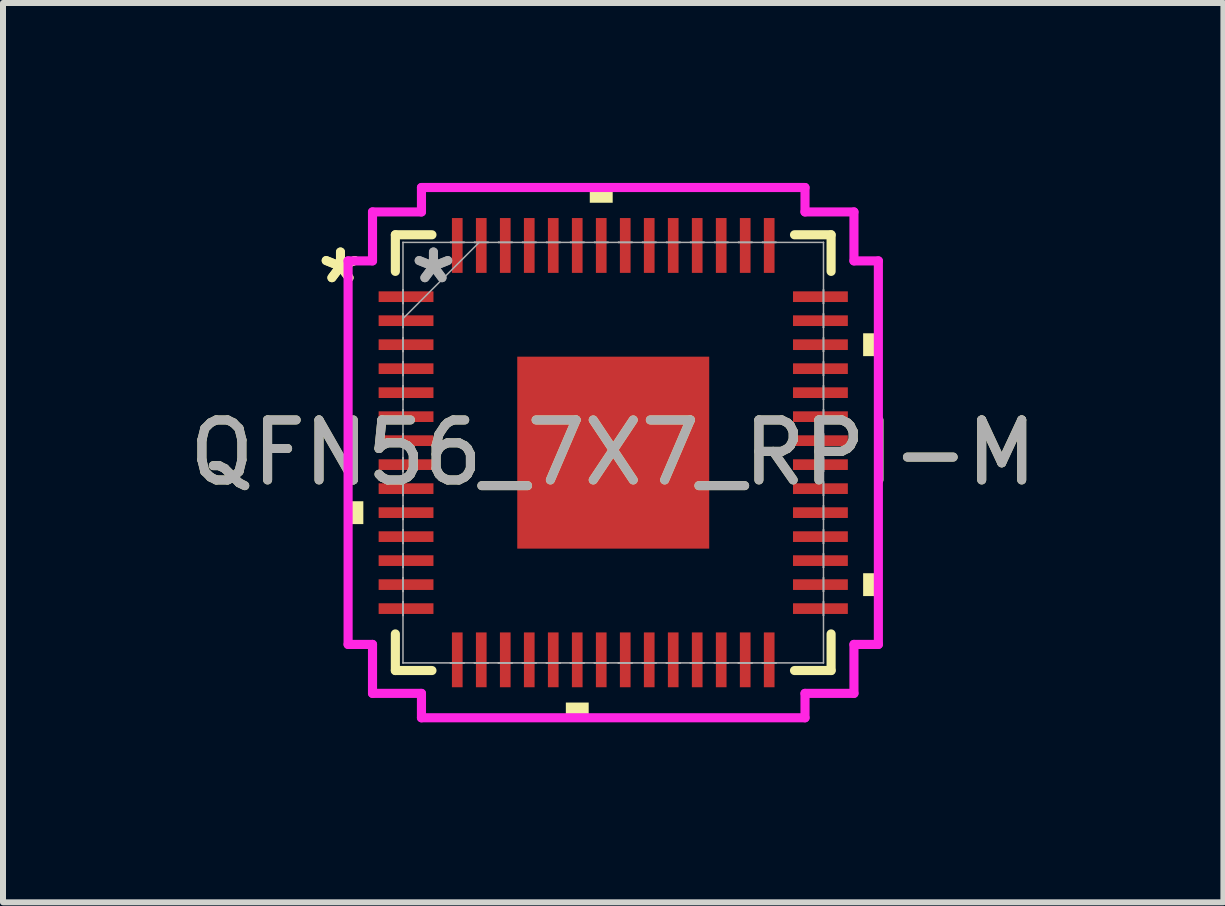
<source format=kicad_pcb>
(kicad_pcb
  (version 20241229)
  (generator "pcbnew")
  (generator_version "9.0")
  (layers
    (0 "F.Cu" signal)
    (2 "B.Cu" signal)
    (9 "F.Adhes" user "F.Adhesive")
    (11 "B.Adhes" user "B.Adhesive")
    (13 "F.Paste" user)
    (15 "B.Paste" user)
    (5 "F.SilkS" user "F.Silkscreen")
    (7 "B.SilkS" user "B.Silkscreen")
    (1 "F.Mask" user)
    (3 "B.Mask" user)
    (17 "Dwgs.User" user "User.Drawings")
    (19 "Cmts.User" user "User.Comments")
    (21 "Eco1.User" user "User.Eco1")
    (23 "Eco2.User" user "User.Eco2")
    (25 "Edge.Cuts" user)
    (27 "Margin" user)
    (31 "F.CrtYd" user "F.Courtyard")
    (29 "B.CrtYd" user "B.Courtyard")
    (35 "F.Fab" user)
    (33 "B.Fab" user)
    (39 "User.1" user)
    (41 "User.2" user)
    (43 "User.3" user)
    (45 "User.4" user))
  (footprint "QFN56_7X7_RPI-M"
    (layer "F.Cu")
    (at 7.173 4.496)
    (property "Reference" "QFN56_7X7_RPI-M" (at 0 0 0) (unlocked yes) (layer "F.SilkS") (effects (font (size 1 1) (thickness 0.15))))
    (attr smd)
    (fp_line (start -3.632 -3.632) (end -3.632 -3.022) (stroke (width 0.152) (type solid)) (layer "F.SilkS"))
    (fp_line (start -3.632 3.022) (end -3.632 3.632) (stroke (width 0.152) (type solid)) (layer "F.SilkS"))
    (fp_line (start -3.632 3.632) (end -3.022 3.632) (stroke (width 0.152) (type solid)) (layer "F.SilkS"))
    (fp_line (start -3.022 -3.632) (end -3.632 -3.632) (stroke (width 0.152) (type solid)) (layer "F.SilkS"))
    (fp_line (start 3.022 3.632) (end 3.632 3.632) (stroke (width 0.152) (type solid)) (layer "F.SilkS"))
    (fp_line (start 3.632 -3.632) (end 3.022 -3.632) (stroke (width 0.152) (type solid)) (layer "F.SilkS"))
    (fp_line (start 3.632 -3.022) (end 3.632 -3.632) (stroke (width 0.152) (type solid)) (layer "F.SilkS"))
    (fp_line (start 3.632 3.632) (end 3.632 3.022) (stroke (width 0.152) (type solid)) (layer "F.SilkS"))
    (fp_poly (pts (xy -4.42 0.81) (xy -4.42 1.191) (xy -4.166 1.191) (xy -4.166 0.81)) (stroke (width 0) (type solid)) (fill yes) (layer "F.SilkS"))
    (fp_poly (pts (xy -0.79 4.166) (xy -0.79 4.42) (xy -0.409 4.42) (xy -0.409 4.166)) (stroke (width 0) (type solid)) (fill yes) (layer "F.SilkS"))
    (fp_poly (pts (xy -0.391 -4.166) (xy -0.391 -4.42) (xy -0.009 -4.42) (xy -0.009 -4.166)) (stroke (width 0) (type solid)) (fill yes) (layer "F.SilkS"))
    (fp_poly (pts (xy 4.42 -1.99) (xy 4.42 -1.609) (xy 4.166 -1.609) (xy 4.166 -1.99)) (stroke (width 0) (type solid)) (fill yes) (layer "F.SilkS"))
    (fp_poly (pts (xy 4.42 2.01) (xy 4.42 2.391) (xy 4.166 2.391) (xy 4.166 2.01)) (stroke (width 0) (type solid)) (fill yes) (layer "F.SilkS"))
    (fp_poly (pts (xy -1.5 -1.5) (xy -1.5 -0.1) (xy -0.1 -0.1) (xy -0.1 -1.5)) (stroke (width 0) (type solid)) (fill yes) (layer "F.Paste"))
    (fp_poly (pts (xy -1.5 0.1) (xy -1.5 1.5) (xy -0.1 1.5) (xy -0.1 0.1)) (stroke (width 0) (type solid)) (fill yes) (layer "F.Paste"))
    (fp_poly (pts (xy 0.1 -1.5) (xy 0.1 -0.1) (xy 1.5 -0.1) (xy 1.5 -1.5)) (stroke (width 0) (type solid)) (fill yes) (layer "F.Paste"))
    (fp_poly (pts (xy 0.1 0.1) (xy 0.1 1.5) (xy 1.5 1.5) (xy 1.5 0.1)) (stroke (width 0) (type solid)) (fill yes) (layer "F.Paste"))
    (fp_line (start -4.42 -3.197) (end -4.013 -3.197) (stroke (width 0.152) (type solid)) (layer "F.CrtYd"))
    (fp_line (start -4.42 3.197) (end -4.42 -3.197) (stroke (width 0.152) (type solid)) (layer "F.CrtYd"))
    (fp_line (start -4.013 -4.013) (end -3.197 -4.013) (stroke (width 0.152) (type solid)) (layer "F.CrtYd"))
    (fp_line (start -4.013 -3.197) (end -4.013 -4.013) (stroke (width 0.152) (type solid)) (layer "F.CrtYd"))
    (fp_line (start -4.013 3.197) (end -4.42 3.197) (stroke (width 0.152) (type solid)) (layer "F.CrtYd"))
    (fp_line (start -4.013 4.013) (end -4.013 3.197) (stroke (width 0.152) (type solid)) (layer "F.CrtYd"))
    (fp_line (start -3.197 -4.42) (end 3.197 -4.42) (stroke (width 0.152) (type solid)) (layer "F.CrtYd"))
    (fp_line (start -3.197 -4.013) (end -3.197 -4.42) (stroke (width 0.152) (type solid)) (layer "F.CrtYd"))
    (fp_line (start -3.197 4.013) (end -4.013 4.013) (stroke (width 0.152) (type solid)) (layer "F.CrtYd"))
    (fp_line (start -3.197 4.42) (end -3.197 4.013) (stroke (width 0.152) (type solid)) (layer "F.CrtYd"))
    (fp_line (start 3.197 -4.42) (end 3.197 -4.013) (stroke (width 0.152) (type solid)) (layer "F.CrtYd"))
    (fp_line (start 3.197 -4.013) (end 4.013 -4.013) (stroke (width 0.152) (type solid)) (layer "F.CrtYd"))
    (fp_line (start 3.197 4.013) (end 3.197 4.42) (stroke (width 0.152) (type solid)) (layer "F.CrtYd"))
    (fp_line (start 3.197 4.42) (end -3.197 4.42) (stroke (width 0.152) (type solid)) (layer "F.CrtYd"))
    (fp_line (start 4.013 -4.013) (end 4.013 -3.197) (stroke (width 0.152) (type solid)) (layer "F.CrtYd"))
    (fp_line (start 4.013 -3.197) (end 4.42 -3.197) (stroke (width 0.152) (type solid)) (layer "F.CrtYd"))
    (fp_line (start 4.013 3.197) (end 4.013 4.013) (stroke (width 0.152) (type solid)) (layer "F.CrtYd"))
    (fp_line (start 4.013 4.013) (end 3.197 4.013) (stroke (width 0.152) (type solid)) (layer "F.CrtYd"))
    (fp_line (start 4.42 -3.197) (end 4.42 3.197) (stroke (width 0.152) (type solid)) (layer "F.CrtYd"))
    (fp_line (start 4.42 3.197) (end 4.013 3.197) (stroke (width 0.152) (type solid)) (layer "F.CrtYd"))
    (fp_line (start -3.505 -3.505) (end -3.505 -3.505) (stroke (width 0.025) (type solid)) (layer "F.Fab"))
    (fp_line (start -3.505 -3.505) (end -3.505 3.505) (stroke (width 0.025) (type solid)) (layer "F.Fab"))
    (fp_line (start -3.505 -2.714) (end -3.505 -2.714) (stroke (width 0.025) (type solid)) (layer "F.Fab"))
    (fp_line (start -3.505 -2.714) (end -3.505 -2.486) (stroke (width 0.025) (type solid)) (layer "F.Fab"))
    (fp_line (start -3.505 -2.486) (end -3.505 -2.714) (stroke (width 0.025) (type solid)) (layer "F.Fab"))
    (fp_line (start -3.505 -2.486) (end -3.505 -2.486) (stroke (width 0.025) (type solid)) (layer "F.Fab"))
    (fp_line (start -3.505 -2.314) (end -3.505 -2.314) (stroke (width 0.025) (type solid)) (layer "F.Fab"))
    (fp_line (start -3.505 -2.314) (end -3.505 -2.086) (stroke (width 0.025) (type solid)) (layer "F.Fab"))
    (fp_line (start -3.505 -2.235) (end -2.235 -3.505) (stroke (width 0.025) (type solid)) (layer "F.Fab"))
    (fp_line (start -3.505 -2.086) (end -3.505 -2.314) (stroke (width 0.025) (type solid)) (layer "F.Fab"))
    (fp_line (start -3.505 -2.086) (end -3.505 -2.086) (stroke (width 0.025) (type solid)) (layer "F.Fab"))
    (fp_line (start -3.505 -1.914) (end -3.505 -1.914) (stroke (width 0.025) (type solid)) (layer "F.Fab"))
    (fp_line (start -3.505 -1.914) (end -3.505 -1.686) (stroke (width 0.025) (type solid)) (layer "F.Fab"))
    (fp_line (start -3.505 -1.686) (end -3.505 -1.914) (stroke (width 0.025) (type solid)) (layer "F.Fab"))
    (fp_line (start -3.505 -1.686) (end -3.505 -1.686) (stroke (width 0.025) (type solid)) (layer "F.Fab"))
    (fp_line (start -3.505 -1.514) (end -3.505 -1.514) (stroke (width 0.025) (type solid)) (layer "F.Fab"))
    (fp_line (start -3.505 -1.514) (end -3.505 -1.286) (stroke (width 0.025) (type solid)) (layer "F.Fab"))
    (fp_line (start -3.505 -1.286) (end -3.505 -1.514) (stroke (width 0.025) (type solid)) (layer "F.Fab"))
    (fp_line (start -3.505 -1.286) (end -3.505 -1.286) (stroke (width 0.025) (type solid)) (layer "F.Fab"))
    (fp_line (start -3.505 -1.114) (end -3.505 -1.114) (stroke (width 0.025) (type solid)) (layer "F.Fab"))
    (fp_line (start -3.505 -1.114) (end -3.505 -0.886) (stroke (width 0.025) (type solid)) (layer "F.Fab"))
    (fp_line (start -3.505 -0.886) (end -3.505 -1.114) (stroke (width 0.025) (type solid)) (layer "F.Fab"))
    (fp_line (start -3.505 -0.886) (end -3.505 -0.886) (stroke (width 0.025) (type solid)) (layer "F.Fab"))
    (fp_line (start -3.505 -0.714) (end -3.505 -0.714) (stroke (width 0.025) (type solid)) (layer "F.Fab"))
    (fp_line (start -3.505 -0.714) (end -3.505 -0.486) (stroke (width 0.025) (type solid)) (layer "F.Fab"))
    (fp_line (start -3.505 -0.486) (end -3.505 -0.714) (stroke (width 0.025) (type solid)) (layer "F.Fab"))
    (fp_line (start -3.505 -0.486) (end -3.505 -0.486) (stroke (width 0.025) (type solid)) (layer "F.Fab"))
    (fp_line (start -3.505 -0.314) (end -3.505 -0.314) (stroke (width 0.025) (type solid)) (layer "F.Fab"))
    (fp_line (start -3.505 -0.314) (end -3.505 -0.086) (stroke (width 0.025) (type solid)) (layer "F.Fab"))
    (fp_line (start -3.505 -0.086) (end -3.505 -0.314) (stroke (width 0.025) (type solid)) (layer "F.Fab"))
    (fp_line (start -3.505 -0.086) (end -3.505 -0.086) (stroke (width 0.025) (type solid)) (layer "F.Fab"))
    (fp_line (start -3.505 0.086) (end -3.505 0.086) (stroke (width 0.025) (type solid)) (layer "F.Fab"))
    (fp_line (start -3.505 0.086) (end -3.505 0.314) (stroke (width 0.025) (type solid)) (layer "F.Fab"))
    (fp_line (start -3.505 0.314) (end -3.505 0.086) (stroke (width 0.025) (type solid)) (layer "F.Fab"))
    (fp_line (start -3.505 0.314) (end -3.505 0.314) (stroke (width 0.025) (type solid)) (layer "F.Fab"))
    (fp_line (start -3.505 0.486) (end -3.505 0.486) (stroke (width 0.025) (type solid)) (layer "F.Fab"))
    (fp_line (start -3.505 0.486) (end -3.505 0.714) (stroke (width 0.025) (type solid)) (layer "F.Fab"))
    (fp_line (start -3.505 0.714) (end -3.505 0.486) (stroke (width 0.025) (type solid)) (layer "F.Fab"))
    (fp_line (start -3.505 0.714) (end -3.505 0.714) (stroke (width 0.025) (type solid)) (layer "F.Fab"))
    (fp_line (start -3.505 0.886) (end -3.505 0.886) (stroke (width 0.025) (type solid)) (layer "F.Fab"))
    (fp_line (start -3.505 0.886) (end -3.505 1.114) (stroke (width 0.025) (type solid)) (layer "F.Fab"))
    (fp_line (start -3.505 1.114) (end -3.505 0.886) (stroke (width 0.025) (type solid)) (layer "F.Fab"))
    (fp_line (start -3.505 1.114) (end -3.505 1.114) (stroke (width 0.025) (type solid)) (layer "F.Fab"))
    (fp_line (start -3.505 1.286) (end -3.505 1.286) (stroke (width 0.025) (type solid)) (layer "F.Fab"))
    (fp_line (start -3.505 1.286) (end -3.505 1.514) (stroke (width 0.025) (type solid)) (layer "F.Fab"))
    (fp_line (start -3.505 1.514) (end -3.505 1.286) (stroke (width 0.025) (type solid)) (layer "F.Fab"))
    (fp_line (start -3.505 1.514) (end -3.505 1.514) (stroke (width 0.025) (type solid)) (layer "F.Fab"))
    (fp_line (start -3.505 1.686) (end -3.505 1.686) (stroke (width 0.025) (type solid)) (layer "F.Fab"))
    (fp_line (start -3.505 1.686) (end -3.505 1.914) (stroke (width 0.025) (type solid)) (layer "F.Fab"))
    (fp_line (start -3.505 1.914) (end -3.505 1.686) (stroke (width 0.025) (type solid)) (layer "F.Fab"))
    (fp_line (start -3.505 1.914) (end -3.505 1.914) (stroke (width 0.025) (type solid)) (layer "F.Fab"))
    (fp_line (start -3.505 2.086) (end -3.505 2.086) (stroke (width 0.025) (type solid)) (layer "F.Fab"))
    (fp_line (start -3.505 2.086) (end -3.505 2.314) (stroke (width 0.025) (type solid)) (layer "F.Fab"))
    (fp_line (start -3.505 2.314) (end -3.505 2.086) (stroke (width 0.025) (type solid)) (layer "F.Fab"))
    (fp_line (start -3.505 2.314) (end -3.505 2.314) (stroke (width 0.025) (type solid)) (layer "F.Fab"))
    (fp_line (start -3.505 2.486) (end -3.505 2.486) (stroke (width 0.025) (type solid)) (layer "F.Fab"))
    (fp_line (start -3.505 2.486) (end -3.505 2.714) (stroke (width 0.025) (type solid)) (layer "F.Fab"))
    (fp_line (start -3.505 2.714) (end -3.505 2.486) (stroke (width 0.025) (type solid)) (layer "F.Fab"))
    (fp_line (start -3.505 2.714) (end -3.505 2.714) (stroke (width 0.025) (type solid)) (layer "F.Fab"))
    (fp_line (start -3.505 3.505) (end -3.505 3.505) (stroke (width 0.025) (type solid)) (layer "F.Fab"))
    (fp_line (start -3.505 3.505) (end 3.505 3.505) (stroke (width 0.025) (type solid)) (layer "F.Fab"))
    (fp_line (start -2.714 -3.505) (end -2.714 -3.505) (stroke (width 0.025) (type solid)) (layer "F.Fab"))
    (fp_line (start -2.714 -3.505) (end -2.486 -3.505) (stroke (width 0.025) (type solid)) (layer "F.Fab"))
    (fp_line (start -2.714 3.505) (end -2.714 3.505) (stroke (width 0.025) (type solid)) (layer "F.Fab"))
    (fp_line (start -2.714 3.505) (end -2.486 3.505) (stroke (width 0.025) (type solid)) (layer "F.Fab"))
    (fp_line (start -2.486 -3.505) (end -2.714 -3.505) (stroke (width 0.025) (type solid)) (layer "F.Fab"))
    (fp_line (start -2.486 -3.505) (end -2.486 -3.505) (stroke (width 0.025) (type solid)) (layer "F.Fab"))
    (fp_line (start -2.486 3.505) (end -2.714 3.505) (stroke (width 0.025) (type solid)) (layer "F.Fab"))
    (fp_line (start -2.486 3.505) (end -2.486 3.505) (stroke (width 0.025) (type solid)) (layer "F.Fab"))
    (fp_line (start -2.314 -3.505) (end -2.314 -3.505) (stroke (width 0.025) (type solid)) (layer "F.Fab"))
    (fp_line (start -2.314 -3.505) (end -2.086 -3.505) (stroke (width 0.025) (type solid)) (layer "F.Fab"))
    (fp_line (start -2.314 3.505) (end -2.314 3.505) (stroke (width 0.025) (type solid)) (layer "F.Fab"))
    (fp_line (start -2.314 3.505) (end -2.086 3.505) (stroke (width 0.025) (type solid)) (layer "F.Fab"))
    (fp_line (start -2.086 -3.505) (end -2.314 -3.505) (stroke (width 0.025) (type solid)) (layer "F.Fab"))
    (fp_line (start -2.086 -3.505) (end -2.086 -3.505) (stroke (width 0.025) (type solid)) (layer "F.Fab"))
    (fp_line (start -2.086 3.505) (end -2.314 3.505) (stroke (width 0.025) (type solid)) (layer "F.Fab"))
    (fp_line (start -2.086 3.505) (end -2.086 3.505) (stroke (width 0.025) (type solid)) (layer "F.Fab"))
    (fp_line (start -1.914 -3.505) (end -1.914 -3.505) (stroke (width 0.025) (type solid)) (layer "F.Fab"))
    (fp_line (start -1.914 -3.505) (end -1.686 -3.505) (stroke (width 0.025) (type solid)) (layer "F.Fab"))
    (fp_line (start -1.914 3.505) (end -1.914 3.505) (stroke (width 0.025) (type solid)) (layer "F.Fab"))
    (fp_line (start -1.914 3.505) (end -1.686 3.505) (stroke (width 0.025) (type solid)) (layer "F.Fab"))
    (fp_line (start -1.686 -3.505) (end -1.914 -3.505) (stroke (width 0.025) (type solid)) (layer "F.Fab"))
    (fp_line (start -1.686 -3.505) (end -1.686 -3.505) (stroke (width 0.025) (type solid)) (layer "F.Fab"))
    (fp_line (start -1.686 3.505) (end -1.914 3.505) (stroke (width 0.025) (type solid)) (layer "F.Fab"))
    (fp_line (start -1.686 3.505) (end -1.686 3.505) (stroke (width 0.025) (type solid)) (layer "F.Fab"))
    (fp_line (start -1.514 -3.505) (end -1.514 -3.505) (stroke (width 0.025) (type solid)) (layer "F.Fab"))
    (fp_line (start -1.514 -3.505) (end -1.286 -3.505) (stroke (width 0.025) (type solid)) (layer "F.Fab"))
    (fp_line (start -1.514 3.505) (end -1.514 3.505) (stroke (width 0.025) (type solid)) (layer "F.Fab"))
    (fp_line (start -1.514 3.505) (end -1.286 3.505) (stroke (width 0.025) (type solid)) (layer "F.Fab"))
    (fp_line (start -1.286 -3.505) (end -1.514 -3.505) (stroke (width 0.025) (type solid)) (layer "F.Fab"))
    (fp_line (start -1.286 -3.505) (end -1.286 -3.505) (stroke (width 0.025) (type solid)) (layer "F.Fab"))
    (fp_line (start -1.286 3.505) (end -1.514 3.505) (stroke (width 0.025) (type solid)) (layer "F.Fab"))
    (fp_line (start -1.286 3.505) (end -1.286 3.505) (stroke (width 0.025) (type solid)) (layer "F.Fab"))
    (fp_line (start -1.114 -3.505) (end -1.114 -3.505) (stroke (width 0.025) (type solid)) (layer "F.Fab"))
    (fp_line (start -1.114 -3.505) (end -0.886 -3.505) (stroke (width 0.025) (type solid)) (layer "F.Fab"))
    (fp_line (start -1.114 3.505) (end -1.114 3.505) (stroke (width 0.025) (type solid)) (layer "F.Fab"))
    (fp_line (start -1.114 3.505) (end -0.886 3.505) (stroke (width 0.025) (type solid)) (layer "F.Fab"))
    (fp_line (start -0.886 -3.505) (end -1.114 -3.505) (stroke (width 0.025) (type solid)) (layer "F.Fab"))
    (fp_line (start -0.886 -3.505) (end -0.886 -3.505) (stroke (width 0.025) (type solid)) (layer "F.Fab"))
    (fp_line (start -0.886 3.505) (end -1.114 3.505) (stroke (width 0.025) (type solid)) (layer "F.Fab"))
    (fp_line (start -0.886 3.505) (end -0.886 3.505) (stroke (width 0.025) (type solid)) (layer "F.Fab"))
    (fp_line (start -0.714 -3.505) (end -0.714 -3.505) (stroke (width 0.025) (type solid)) (layer "F.Fab"))
    (fp_line (start -0.714 -3.505) (end -0.486 -3.505) (stroke (width 0.025) (type solid)) (layer "F.Fab"))
    (fp_line (start -0.714 3.505) (end -0.714 3.505) (stroke (width 0.025) (type solid)) (layer "F.Fab"))
    (fp_line (start -0.714 3.505) (end -0.486 3.505) (stroke (width 0.025) (type solid)) (layer "F.Fab"))
    (fp_line (start -0.486 -3.505) (end -0.714 -3.505) (stroke (width 0.025) (type solid)) (layer "F.Fab"))
    (fp_line (start -0.486 -3.505) (end -0.486 -3.505) (stroke (width 0.025) (type solid)) (layer "F.Fab"))
    (fp_line (start -0.486 3.505) (end -0.714 3.505) (stroke (width 0.025) (type solid)) (layer "F.Fab"))
    (fp_line (start -0.486 3.505) (end -0.486 3.505) (stroke (width 0.025) (type solid)) (layer "F.Fab"))
    (fp_line (start -0.314 -3.505) (end -0.314 -3.505) (stroke (width 0.025) (type solid)) (layer "F.Fab"))
    (fp_line (start -0.314 -3.505) (end -0.086 -3.505) (stroke (width 0.025) (type solid)) (layer "F.Fab"))
    (fp_line (start -0.314 3.505) (end -0.314 3.505) (stroke (width 0.025) (type solid)) (layer "F.Fab"))
    (fp_line (start -0.314 3.505) (end -0.086 3.505) (stroke (width 0.025) (type solid)) (layer "F.Fab"))
    (fp_line (start -0.086 -3.505) (end -0.314 -3.505) (stroke (width 0.025) (type solid)) (layer "F.Fab"))
    (fp_line (start -0.086 -3.505) (end -0.086 -3.505) (stroke (width 0.025) (type solid)) (layer "F.Fab"))
    (fp_line (start -0.086 3.505) (end -0.314 3.505) (stroke (width 0.025) (type solid)) (layer "F.Fab"))
    (fp_line (start -0.086 3.505) (end -0.086 3.505) (stroke (width 0.025) (type solid)) (layer "F.Fab"))
    (fp_line (start 0.086 -3.505) (end 0.086 -3.505) (stroke (width 0.025) (type solid)) (layer "F.Fab"))
    (fp_line (start 0.086 -3.505) (end 0.314 -3.505) (stroke (width 0.025) (type solid)) (layer "F.Fab"))
    (fp_line (start 0.086 3.505) (end 0.086 3.505) (stroke (width 0.025) (type solid)) (layer "F.Fab"))
    (fp_line (start 0.086 3.505) (end 0.314 3.505) (stroke (width 0.025) (type solid)) (layer "F.Fab"))
    (fp_line (start 0.314 -3.505) (end 0.086 -3.505) (stroke (width 0.025) (type solid)) (layer "F.Fab"))
    (fp_line (start 0.314 -3.505) (end 0.314 -3.505) (stroke (width 0.025) (type solid)) (layer "F.Fab"))
    (fp_line (start 0.314 3.505) (end 0.086 3.505) (stroke (width 0.025) (type solid)) (layer "F.Fab"))
    (fp_line (start 0.314 3.505) (end 0.314 3.505) (stroke (width 0.025) (type solid)) (layer "F.Fab"))
    (fp_line (start 0.486 -3.505) (end 0.486 -3.505) (stroke (width 0.025) (type solid)) (layer "F.Fab"))
    (fp_line (start 0.486 -3.505) (end 0.714 -3.505) (stroke (width 0.025) (type solid)) (layer "F.Fab"))
    (fp_line (start 0.486 3.505) (end 0.486 3.505) (stroke (width 0.025) (type solid)) (layer "F.Fab"))
    (fp_line (start 0.486 3.505) (end 0.714 3.505) (stroke (width 0.025) (type solid)) (layer "F.Fab"))
    (fp_line (start 0.714 -3.505) (end 0.486 -3.505) (stroke (width 0.025) (type solid)) (layer "F.Fab"))
    (fp_line (start 0.714 -3.505) (end 0.714 -3.505) (stroke (width 0.025) (type solid)) (layer "F.Fab"))
    (fp_line (start 0.714 3.505) (end 0.486 3.505) (stroke (width 0.025) (type solid)) (layer "F.Fab"))
    (fp_line (start 0.714 3.505) (end 0.714 3.505) (stroke (width 0.025) (type solid)) (layer "F.Fab"))
    (fp_line (start 0.886 -3.505) (end 0.886 -3.505) (stroke (width 0.025) (type solid)) (layer "F.Fab"))
    (fp_line (start 0.886 -3.505) (end 1.114 -3.505) (stroke (width 0.025) (type solid)) (layer "F.Fab"))
    (fp_line (start 0.886 3.505) (end 0.886 3.505) (stroke (width 0.025) (type solid)) (layer "F.Fab"))
    (fp_line (start 0.886 3.505) (end 1.114 3.505) (stroke (width 0.025) (type solid)) (layer "F.Fab"))
    (fp_line (start 1.114 -3.505) (end 0.886 -3.505) (stroke (width 0.025) (type solid)) (layer "F.Fab"))
    (fp_line (start 1.114 -3.505) (end 1.114 -3.505) (stroke (width 0.025) (type solid)) (layer "F.Fab"))
    (fp_line (start 1.114 3.505) (end 0.886 3.505) (stroke (width 0.025) (type solid)) (layer "F.Fab"))
    (fp_line (start 1.114 3.505) (end 1.114 3.505) (stroke (width 0.025) (type solid)) (layer "F.Fab"))
    (fp_line (start 1.286 -3.505) (end 1.286 -3.505) (stroke (width 0.025) (type solid)) (layer "F.Fab"))
    (fp_line (start 1.286 -3.505) (end 1.514 -3.505) (stroke (width 0.025) (type solid)) (layer "F.Fab"))
    (fp_line (start 1.286 3.505) (end 1.286 3.505) (stroke (width 0.025) (type solid)) (layer "F.Fab"))
    (fp_line (start 1.286 3.505) (end 1.514 3.505) (stroke (width 0.025) (type solid)) (layer "F.Fab"))
    (fp_line (start 1.514 -3.505) (end 1.286 -3.505) (stroke (width 0.025) (type solid)) (layer "F.Fab"))
    (fp_line (start 1.514 -3.505) (end 1.514 -3.505) (stroke (width 0.025) (type solid)) (layer "F.Fab"))
    (fp_line (start 1.514 3.505) (end 1.286 3.505) (stroke (width 0.025) (type solid)) (layer "F.Fab"))
    (fp_line (start 1.514 3.505) (end 1.514 3.505) (stroke (width 0.025) (type solid)) (layer "F.Fab"))
    (fp_line (start 1.686 -3.505) (end 1.686 -3.505) (stroke (width 0.025) (type solid)) (layer "F.Fab"))
    (fp_line (start 1.686 -3.505) (end 1.914 -3.505) (stroke (width 0.025) (type solid)) (layer "F.Fab"))
    (fp_line (start 1.686 3.505) (end 1.686 3.505) (stroke (width 0.025) (type solid)) (layer "F.Fab"))
    (fp_line (start 1.686 3.505) (end 1.914 3.505) (stroke (width 0.025) (type solid)) (layer "F.Fab"))
    (fp_line (start 1.914 -3.505) (end 1.686 -3.505) (stroke (width 0.025) (type solid)) (layer "F.Fab"))
    (fp_line (start 1.914 -3.505) (end 1.914 -3.505) (stroke (width 0.025) (type solid)) (layer "F.Fab"))
    (fp_line (start 1.914 3.505) (end 1.686 3.505) (stroke (width 0.025) (type solid)) (layer "F.Fab"))
    (fp_line (start 1.914 3.505) (end 1.914 3.505) (stroke (width 0.025) (type solid)) (layer "F.Fab"))
    (fp_line (start 2.086 -3.505) (end 2.086 -3.505) (stroke (width 0.025) (type solid)) (layer "F.Fab"))
    (fp_line (start 2.086 -3.505) (end 2.314 -3.505) (stroke (width 0.025) (type solid)) (layer "F.Fab"))
    (fp_line (start 2.086 3.505) (end 2.086 3.505) (stroke (width 0.025) (type solid)) (layer "F.Fab"))
    (fp_line (start 2.086 3.505) (end 2.314 3.505) (stroke (width 0.025) (type solid)) (layer "F.Fab"))
    (fp_line (start 2.314 -3.505) (end 2.086 -3.505) (stroke (width 0.025) (type solid)) (layer "F.Fab"))
    (fp_line (start 2.314 -3.505) (end 2.314 -3.505) (stroke (width 0.025) (type solid)) (layer "F.Fab"))
    (fp_line (start 2.314 3.505) (end 2.086 3.505) (stroke (width 0.025) (type solid)) (layer "F.Fab"))
    (fp_line (start 2.314 3.505) (end 2.314 3.505) (stroke (width 0.025) (type solid)) (layer "F.Fab"))
    (fp_line (start 2.486 -3.505) (end 2.486 -3.505) (stroke (width 0.025) (type solid)) (layer "F.Fab"))
    (fp_line (start 2.486 -3.505) (end 2.714 -3.505) (stroke (width 0.025) (type solid)) (layer "F.Fab"))
    (fp_line (start 2.486 3.505) (end 2.486 3.505) (stroke (width 0.025) (type solid)) (layer "F.Fab"))
    (fp_line (start 2.486 3.505) (end 2.714 3.505) (stroke (width 0.025) (type solid)) (layer "F.Fab"))
    (fp_line (start 2.714 -3.505) (end 2.486 -3.505) (stroke (width 0.025) (type solid)) (layer "F.Fab"))
    (fp_line (start 2.714 -3.505) (end 2.714 -3.505) (stroke (width 0.025) (type solid)) (layer "F.Fab"))
    (fp_line (start 2.714 3.505) (end 2.486 3.505) (stroke (width 0.025) (type solid)) (layer "F.Fab"))
    (fp_line (start 2.714 3.505) (end 2.714 3.505) (stroke (width 0.025) (type solid)) (layer "F.Fab"))
    (fp_line (start 3.505 -3.505) (end -3.505 -3.505) (stroke (width 0.025) (type solid)) (layer "F.Fab"))
    (fp_line (start 3.505 -3.505) (end 3.505 -3.505) (stroke (width 0.025) (type solid)) (layer "F.Fab"))
    (fp_line (start 3.505 -2.714) (end 3.505 -2.714) (stroke (width 0.025) (type solid)) (layer "F.Fab"))
    (fp_line (start 3.505 -2.714) (end 3.505 -2.486) (stroke (width 0.025) (type solid)) (layer "F.Fab"))
    (fp_line (start 3.505 -2.486) (end 3.505 -2.714) (stroke (width 0.025) (type solid)) (layer "F.Fab"))
    (fp_line (start 3.505 -2.486) (end 3.505 -2.486) (stroke (width 0.025) (type solid)) (layer "F.Fab"))
    (fp_line (start 3.505 -2.314) (end 3.505 -2.314) (stroke (width 0.025) (type solid)) (layer "F.Fab"))
    (fp_line (start 3.505 -2.314) (end 3.505 -2.086) (stroke (width 0.025) (type solid)) (layer "F.Fab"))
    (fp_line (start 3.505 -2.086) (end 3.505 -2.314) (stroke (width 0.025) (type solid)) (layer "F.Fab"))
    (fp_line (start 3.505 -2.086) (end 3.505 -2.086) (stroke (width 0.025) (type solid)) (layer "F.Fab"))
    (fp_line (start 3.505 -1.914) (end 3.505 -1.914) (stroke (width 0.025) (type solid)) (layer "F.Fab"))
    (fp_line (start 3.505 -1.914) (end 3.505 -1.686) (stroke (width 0.025) (type solid)) (layer "F.Fab"))
    (fp_line (start 3.505 -1.686) (end 3.505 -1.914) (stroke (width 0.025) (type solid)) (layer "F.Fab"))
    (fp_line (start 3.505 -1.686) (end 3.505 -1.686) (stroke (width 0.025) (type solid)) (layer "F.Fab"))
    (fp_line (start 3.505 -1.514) (end 3.505 -1.514) (stroke (width 0.025) (type solid)) (layer "F.Fab"))
    (fp_line (start 3.505 -1.514) (end 3.505 -1.286) (stroke (width 0.025) (type solid)) (layer "F.Fab"))
    (fp_line (start 3.505 -1.286) (end 3.505 -1.514) (stroke (width 0.025) (type solid)) (layer "F.Fab"))
    (fp_line (start 3.505 -1.286) (end 3.505 -1.286) (stroke (width 0.025) (type solid)) (layer "F.Fab"))
    (fp_line (start 3.505 -1.114) (end 3.505 -1.114) (stroke (width 0.025) (type solid)) (layer "F.Fab"))
    (fp_line (start 3.505 -1.114) (end 3.505 -0.886) (stroke (width 0.025) (type solid)) (layer "F.Fab"))
    (fp_line (start 3.505 -0.886) (end 3.505 -1.114) (stroke (width 0.025) (type solid)) (layer "F.Fab"))
    (fp_line (start 3.505 -0.886) (end 3.505 -0.886) (stroke (width 0.025) (type solid)) (layer "F.Fab"))
    (fp_line (start 3.505 -0.714) (end 3.505 -0.714) (stroke (width 0.025) (type solid)) (layer "F.Fab"))
    (fp_line (start 3.505 -0.714) (end 3.505 -0.486) (stroke (width 0.025) (type solid)) (layer "F.Fab"))
    (fp_line (start 3.505 -0.486) (end 3.505 -0.714) (stroke (width 0.025) (type solid)) (layer "F.Fab"))
    (fp_line (start 3.505 -0.486) (end 3.505 -0.486) (stroke (width 0.025) (type solid)) (layer "F.Fab"))
    (fp_line (start 3.505 -0.314) (end 3.505 -0.314) (stroke (width 0.025) (type solid)) (layer "F.Fab"))
    (fp_line (start 3.505 -0.314) (end 3.505 -0.086) (stroke (width 0.025) (type solid)) (layer "F.Fab"))
    (fp_line (start 3.505 -0.086) (end 3.505 -0.314) (stroke (width 0.025) (type solid)) (layer "F.Fab"))
    (fp_line (start 3.505 -0.086) (end 3.505 -0.086) (stroke (width 0.025) (type solid)) (layer "F.Fab"))
    (fp_line (start 3.505 0.086) (end 3.505 0.086) (stroke (width 0.025) (type solid)) (layer "F.Fab"))
    (fp_line (start 3.505 0.086) (end 3.505 0.314) (stroke (width 0.025) (type solid)) (layer "F.Fab"))
    (fp_line (start 3.505 0.314) (end 3.505 0.086) (stroke (width 0.025) (type solid)) (layer "F.Fab"))
    (fp_line (start 3.505 0.314) (end 3.505 0.314) (stroke (width 0.025) (type solid)) (layer "F.Fab"))
    (fp_line (start 3.505 0.486) (end 3.505 0.486) (stroke (width 0.025) (type solid)) (layer "F.Fab"))
    (fp_line (start 3.505 0.486) (end 3.505 0.714) (stroke (width 0.025) (type solid)) (layer "F.Fab"))
    (fp_line (start 3.505 0.714) (end 3.505 0.486) (stroke (width 0.025) (type solid)) (layer "F.Fab"))
    (fp_line (start 3.505 0.714) (end 3.505 0.714) (stroke (width 0.025) (type solid)) (layer "F.Fab"))
    (fp_line (start 3.505 0.886) (end 3.505 0.886) (stroke (width 0.025) (type solid)) (layer "F.Fab"))
    (fp_line (start 3.505 0.886) (end 3.505 1.114) (stroke (width 0.025) (type solid)) (layer "F.Fab"))
    (fp_line (start 3.505 1.114) (end 3.505 0.886) (stroke (width 0.025) (type solid)) (layer "F.Fab"))
    (fp_line (start 3.505 1.114) (end 3.505 1.114) (stroke (width 0.025) (type solid)) (layer "F.Fab"))
    (fp_line (start 3.505 1.286) (end 3.505 1.286) (stroke (width 0.025) (type solid)) (layer "F.Fab"))
    (fp_line (start 3.505 1.286) (end 3.505 1.514) (stroke (width 0.025) (type solid)) (layer "F.Fab"))
    (fp_line (start 3.505 1.514) (end 3.505 1.286) (stroke (width 0.025) (type solid)) (layer "F.Fab"))
    (fp_line (start 3.505 1.514) (end 3.505 1.514) (stroke (width 0.025) (type solid)) (layer "F.Fab"))
    (fp_line (start 3.505 1.686) (end 3.505 1.686) (stroke (width 0.025) (type solid)) (layer "F.Fab"))
    (fp_line (start 3.505 1.686) (end 3.505 1.914) (stroke (width 0.025) (type solid)) (layer "F.Fab"))
    (fp_line (start 3.505 1.914) (end 3.505 1.686) (stroke (width 0.025) (type solid)) (layer "F.Fab"))
    (fp_line (start 3.505 1.914) (end 3.505 1.914) (stroke (width 0.025) (type solid)) (layer "F.Fab"))
    (fp_line (start 3.505 2.086) (end 3.505 2.086) (stroke (width 0.025) (type solid)) (layer "F.Fab"))
    (fp_line (start 3.505 2.086) (end 3.505 2.314) (stroke (width 0.025) (type solid)) (layer "F.Fab"))
    (fp_line (start 3.505 2.314) (end 3.505 2.086) (stroke (width 0.025) (type solid)) (layer "F.Fab"))
    (fp_line (start 3.505 2.314) (end 3.505 2.314) (stroke (width 0.025) (type solid)) (layer "F.Fab"))
    (fp_line (start 3.505 2.486) (end 3.505 2.486) (stroke (width 0.025) (type solid)) (layer "F.Fab"))
    (fp_line (start 3.505 2.486) (end 3.505 2.714) (stroke (width 0.025) (type solid)) (layer "F.Fab"))
    (fp_line (start 3.505 2.714) (end 3.505 2.486) (stroke (width 0.025) (type solid)) (layer "F.Fab"))
    (fp_line (start 3.505 2.714) (end 3.505 2.714) (stroke (width 0.025) (type solid)) (layer "F.Fab"))
    (fp_line (start 3.505 3.505) (end 3.505 -3.505) (stroke (width 0.025) (type solid)) (layer "F.Fab"))
    (fp_line (start 3.505 3.505) (end 3.505 3.505) (stroke (width 0.025) (type solid)) (layer "F.Fab"))
    (fp_text user "*" (at -4.547 -2.8 0) (layer "F.SilkS") (effects (font (size 1 1) (thickness 0.15))))
    (fp_text user "*" (at -4.547 -2.8 0) (unlocked yes) (layer "F.SilkS") (effects (font (size 1 1) (thickness 0.15))))
    (fp_text user "${REFERENCE}" (at 0 0 0) (unlocked yes) (layer "F.Fab") (effects (font (size 1 1) (thickness 0.15))))
    (fp_text user "*" (at -2.997 -2.8 0) (unlocked yes) (layer "F.Fab") (effects (font (size 1 1) (thickness 0.15))))
    (fp_text user "*" (at -2.997 -2.8 0) (layer "F.Fab") (effects (font (size 1 1) (thickness 0.15))))
    (pad "1" smd rect (at -3.454 -2.6 90) (size 0.178 0.914) (layers "F.Cu" "F.Mask" "F.Paste"))
    (pad "2" smd rect (at -3.454 -2.2 90) (size 0.178 0.914) (layers "F.Cu" "F.Mask" "F.Paste"))
    (pad "3" smd rect (at -3.454 -1.8 90) (size 0.178 0.914) (layers "F.Cu" "F.Mask" "F.Paste"))
    (pad "4" smd rect (at -3.454 -1.4 90) (size 0.178 0.914) (layers "F.Cu" "F.Mask" "F.Paste"))
    (pad "5" smd rect (at -3.454 -1 90) (size 0.178 0.914) (layers "F.Cu" "F.Mask" "F.Paste"))
    (pad "6" smd rect (at -3.454 -0.6 90) (size 0.178 0.914) (layers "F.Cu" "F.Mask" "F.Paste"))
    (pad "7" smd rect (at -3.454 -0.2 90) (size 0.178 0.914) (layers "F.Cu" "F.Mask" "F.Paste"))
    (pad "8" smd rect (at -3.454 0.2 90) (size 0.178 0.914) (layers "F.Cu" "F.Mask" "F.Paste"))
    (pad "9" smd rect (at -3.454 0.6 90) (size 0.178 0.914) (layers "F.Cu" "F.Mask" "F.Paste"))
    (pad "10" smd rect (at -3.454 1 90) (size 0.178 0.914) (layers "F.Cu" "F.Mask" "F.Paste"))
    (pad "11" smd rect (at -3.454 1.4 90) (size 0.178 0.914) (layers "F.Cu" "F.Mask" "F.Paste"))
    (pad "12" smd rect (at -3.454 1.8 90) (size 0.178 0.914) (layers "F.Cu" "F.Mask" "F.Paste"))
    (pad "13" smd rect (at -3.454 2.2 90) (size 0.178 0.914) (layers "F.Cu" "F.Mask" "F.Paste"))
    (pad "14" smd rect (at -3.454 2.6 90) (size 0.178 0.914) (layers "F.Cu" "F.Mask" "F.Paste"))
    (pad "15" smd rect (at -2.6 3.454) (size 0.178 0.914) (layers "F.Cu" "F.Mask" "F.Paste"))
    (pad "16" smd rect (at -2.2 3.454) (size 0.178 0.914) (layers "F.Cu" "F.Mask" "F.Paste"))
    (pad "17" smd rect (at -1.8 3.454) (size 0.178 0.914) (layers "F.Cu" "F.Mask" "F.Paste"))
    (pad "18" smd rect (at -1.4 3.454) (size 0.178 0.914) (layers "F.Cu" "F.Mask" "F.Paste"))
    (pad "19" smd rect (at -1 3.454) (size 0.178 0.914) (layers "F.Cu" "F.Mask" "F.Paste"))
    (pad "20" smd rect (at -0.6 3.454) (size 0.178 0.914) (layers "F.Cu" "F.Mask" "F.Paste"))
    (pad "21" smd rect (at -0.2 3.454) (size 0.178 0.914) (layers "F.Cu" "F.Mask" "F.Paste"))
    (pad "22" smd rect (at 0.2 3.454) (size 0.178 0.914) (layers "F.Cu" "F.Mask" "F.Paste"))
    (pad "23" smd rect (at 0.6 3.454) (size 0.178 0.914) (layers "F.Cu" "F.Mask" "F.Paste"))
    (pad "24" smd rect (at 1 3.454) (size 0.178 0.914) (layers "F.Cu" "F.Mask" "F.Paste"))
    (pad "25" smd rect (at 1.4 3.454) (size 0.178 0.914) (layers "F.Cu" "F.Mask" "F.Paste"))
    (pad "26" smd rect (at 1.8 3.454) (size 0.178 0.914) (layers "F.Cu" "F.Mask" "F.Paste"))
    (pad "27" smd rect (at 2.2 3.454) (size 0.178 0.914) (layers "F.Cu" "F.Mask" "F.Paste"))
    (pad "28" smd rect (at 2.6 3.454) (size 0.178 0.914) (layers "F.Cu" "F.Mask" "F.Paste"))
    (pad "29" smd rect (at 3.454 2.6 90) (size 0.178 0.914) (layers "F.Cu" "F.Mask" "F.Paste"))
    (pad "30" smd rect (at 3.454 2.2 90) (size 0.178 0.914) (layers "F.Cu" "F.Mask" "F.Paste"))
    (pad "31" smd rect (at 3.454 1.8 90) (size 0.178 0.914) (layers "F.Cu" "F.Mask" "F.Paste"))
    (pad "32" smd rect (at 3.454 1.4 90) (size 0.178 0.914) (layers "F.Cu" "F.Mask" "F.Paste"))
    (pad "33" smd rect (at 3.454 1 90) (size 0.178 0.914) (layers "F.Cu" "F.Mask" "F.Paste"))
    (pad "34" smd rect (at 3.454 0.6 90) (size 0.178 0.914) (layers "F.Cu" "F.Mask" "F.Paste"))
    (pad "35" smd rect (at 3.454 0.2 90) (size 0.178 0.914) (layers "F.Cu" "F.Mask" "F.Paste"))
    (pad "36" smd rect (at 3.454 -0.2 90) (size 0.178 0.914) (layers "F.Cu" "F.Mask" "F.Paste"))
    (pad "37" smd rect (at 3.454 -0.6 90) (size 0.178 0.914) (layers "F.Cu" "F.Mask" "F.Paste"))
    (pad "38" smd rect (at 3.454 -1 90) (size 0.178 0.914) (layers "F.Cu" "F.Mask" "F.Paste"))
    (pad "39" smd rect (at 3.454 -1.4 90) (size 0.178 0.914) (layers "F.Cu" "F.Mask" "F.Paste"))
    (pad "40" smd rect (at 3.454 -1.8 90) (size 0.178 0.914) (layers "F.Cu" "F.Mask" "F.Paste"))
    (pad "41" smd rect (at 3.454 -2.2 90) (size 0.178 0.914) (layers "F.Cu" "F.Mask" "F.Paste"))
    (pad "42" smd rect (at 3.454 -2.6 90) (size 0.178 0.914) (layers "F.Cu" "F.Mask" "F.Paste"))
    (pad "43" smd rect (at 2.6 -3.454) (size 0.178 0.914) (layers "F.Cu" "F.Mask" "F.Paste"))
    (pad "44" smd rect (at 2.2 -3.454) (size 0.178 0.914) (layers "F.Cu" "F.Mask" "F.Paste"))
    (pad "45" smd rect (at 1.8 -3.454) (size 0.178 0.914) (layers "F.Cu" "F.Mask" "F.Paste"))
    (pad "46" smd rect (at 1.4 -3.454) (size 0.178 0.914) (layers "F.Cu" "F.Mask" "F.Paste"))
    (pad "47" smd rect (at 1 -3.454) (size 0.178 0.914) (layers "F.Cu" "F.Mask" "F.Paste"))
    (pad "48" smd rect (at 0.6 -3.454) (size 0.178 0.914) (layers "F.Cu" "F.Mask" "F.Paste"))
    (pad "49" smd rect (at 0.2 -3.454) (size 0.178 0.914) (layers "F.Cu" "F.Mask" "F.Paste"))
    (pad "50" smd rect (at -0.2 -3.454) (size 0.178 0.914) (layers "F.Cu" "F.Mask" "F.Paste"))
    (pad "51" smd rect (at -0.6 -3.454) (size 0.178 0.914) (layers "F.Cu" "F.Mask" "F.Paste"))
    (pad "52" smd rect (at -1 -3.454) (size 0.178 0.914) (layers "F.Cu" "F.Mask" "F.Paste"))
    (pad "53" smd rect (at -1.4 -3.454) (size 0.178 0.914) (layers "F.Cu" "F.Mask" "F.Paste"))
    (pad "54" smd rect (at -1.8 -3.454) (size 0.178 0.914) (layers "F.Cu" "F.Mask" "F.Paste"))
    (pad "55" smd rect (at -2.2 -3.454) (size 0.178 0.914) (layers "F.Cu" "F.Mask" "F.Paste"))
    (pad "56" smd rect (at -2.6 -3.454) (size 0.178 0.914) (layers "F.Cu" "F.Mask" "F.Paste"))
    (pad "57" smd rect (at 0 0) (size 3.2 3.2) (layers "F.Cu" "F.Mask" "F.Paste")))
  (gr_rect
    (start -3 -3)
    (end 17.345 11.992)
    (stroke (width 0.1) (type default))
    (fill no)
    (layer "Edge.Cuts")))
</source>
